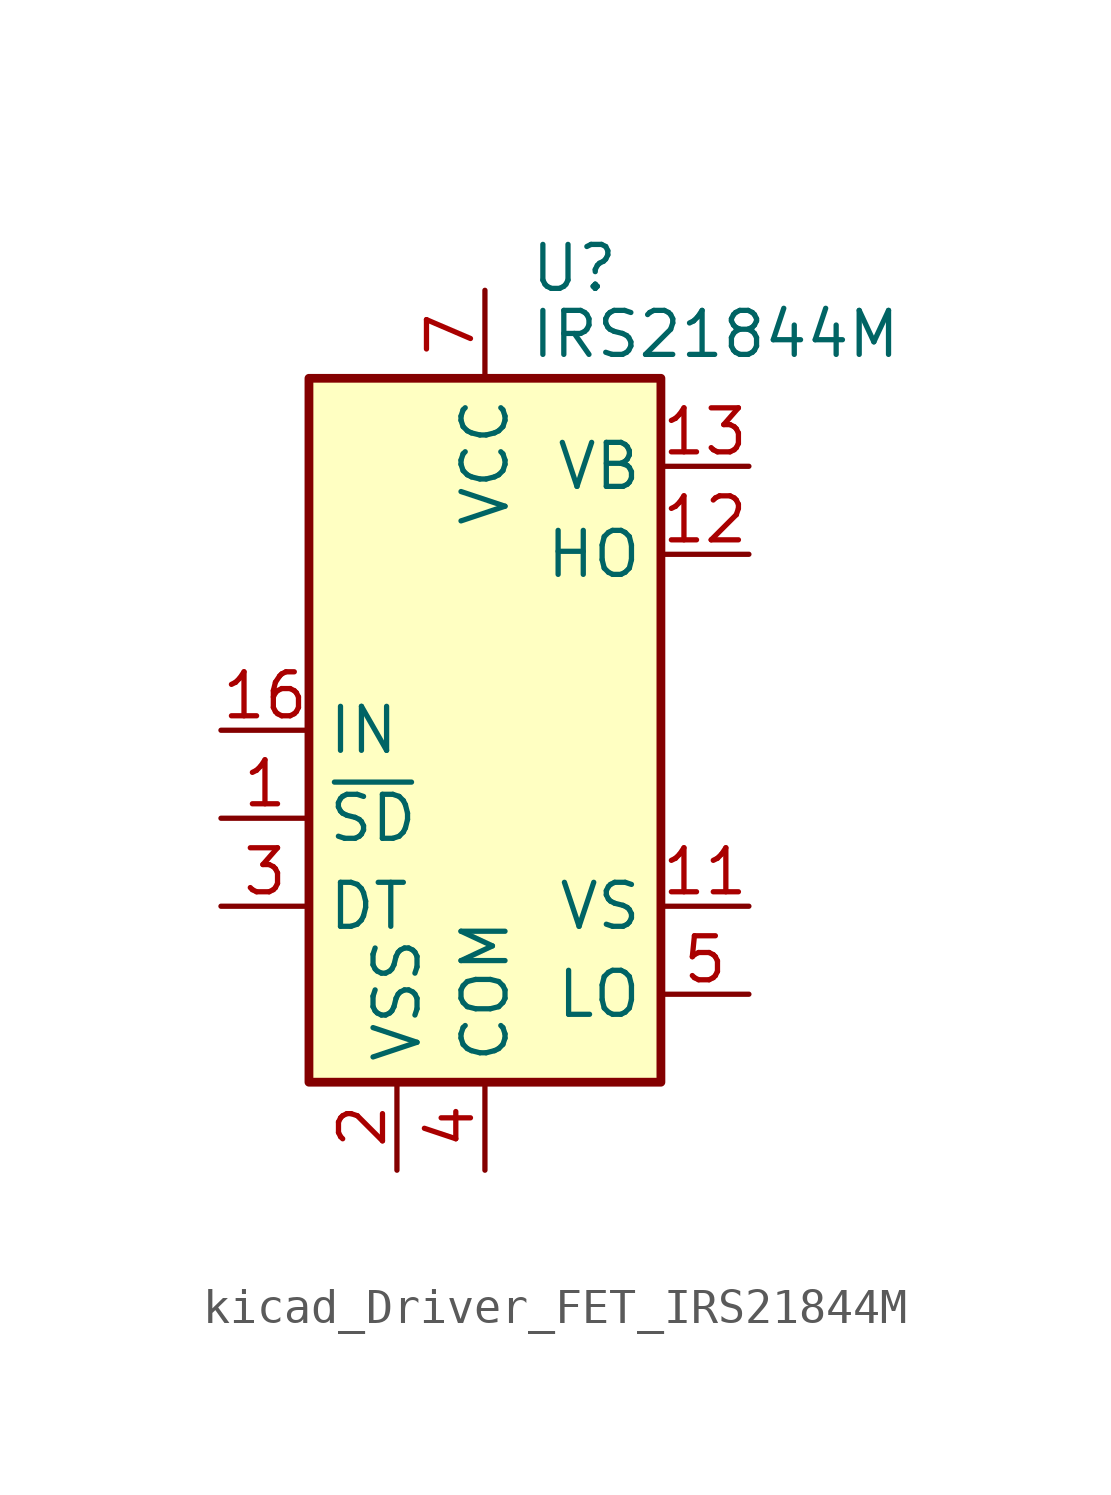
<source format=kicad_sym>
(kicad_symbol_lib
  (version 20220914)
  (generator kicad_symbol_editor)
  (symbol "kicad_Driver_FET_IRS21844M"
    (property "Reference" "U"
      (at 1.27 13.335 0)
      (effects (font (size 1.27 1.27)) (justify left)))
    (property "Value" "IRS21844M"
      (at 1.27 11.43 0)
      (effects (font (size 1.27 1.27)) (justify left)))
    (symbol "kicad_Driver_FET_IRS21844M_0_1"
      (rectangle (start -5.08 -10.16) (end 5.08 10.16) (stroke (width 0.254) (type default)) (fill (type background))))
    (symbol "kicad_Driver_FET_IRS21844M_1_1"
      (pin input line (at -7.62 -2.54 0) (length 2.54) (name "~{SD}" (effects (font (size 1.27 1.27)))) (number "1" (effects (font (size 1.27 1.27)))))
      (pin passive line (at 7.62 -5.08 180) (length 2.54) (name "VS" (effects (font (size 1.27 1.27)))) (number "11" (effects (font (size 1.27 1.27)))))
      (pin output line (at 7.62 5.08 180) (length 2.54) (name "HO" (effects (font (size 1.27 1.27)))) (number "12" (effects (font (size 1.27 1.27)))))
      (pin passive line (at 7.62 7.62 180) (length 2.54) (name "VB" (effects (font (size 1.27 1.27)))) (number "13" (effects (font (size 1.27 1.27)))))
      (pin no_connect line (at 5.08 2.54 180) (length 2.54) hide (name "NC" (effects (font (size 1.27 1.27)))) (number "14" (effects (font (size 1.27 1.27)))))
      (pin input line (at -7.62 0 0) (length 2.54) (name "IN" (effects (font (size 1.27 1.27)))) (number "16" (effects (font (size 1.27 1.27)))))
      (pin passive line (at 0 -12.7 90) (length 2.54) hide (name "COM" (effects (font (size 1.27 1.27)))) (number "17" (effects (font (size 1.27 1.27)))))
      (pin power_in line (at -2.54 -12.7 90) (length 2.54) (name "VSS" (effects (font (size 1.27 1.27)))) (number "2" (effects (font (size 1.27 1.27)))))
      (pin input line (at -7.62 -5.08 0) (length 2.54) (name "DT" (effects (font (size 1.27 1.27)))) (number "3" (effects (font (size 1.27 1.27)))))
      (pin power_in line (at 0 -12.7 90) (length 2.54) (name "COM" (effects (font (size 1.27 1.27)))) (number "4" (effects (font (size 1.27 1.27)))))
      (pin output line (at 7.62 -7.62 180) (length 2.54) (name "LO" (effects (font (size 1.27 1.27)))) (number "5" (effects (font (size 1.27 1.27)))))
      (pin no_connect line (at -5.08 7.62 0) (length 2.54) hide (name "NC" (effects (font (size 1.27 1.27)))) (number "6" (effects (font (size 1.27 1.27)))))
      (pin power_in line (at 0 12.7 270) (length 2.54) (name "VCC" (effects (font (size 1.27 1.27)))) (number "7" (effects (font (size 1.27 1.27)))))
      (pin no_connect line (at -5.08 5.08 0) (length 2.54) hide (name "NC" (effects (font (size 1.27 1.27)))) (number "8" (effects (font (size 1.27 1.27)))))
      (pin no_connect line (at -5.08 2.54 0) (length 2.54) hide (name "NC" (effects (font (size 1.27 1.27)))) (number "9" (effects (font (size 1.27 1.27))))))))
</source>
